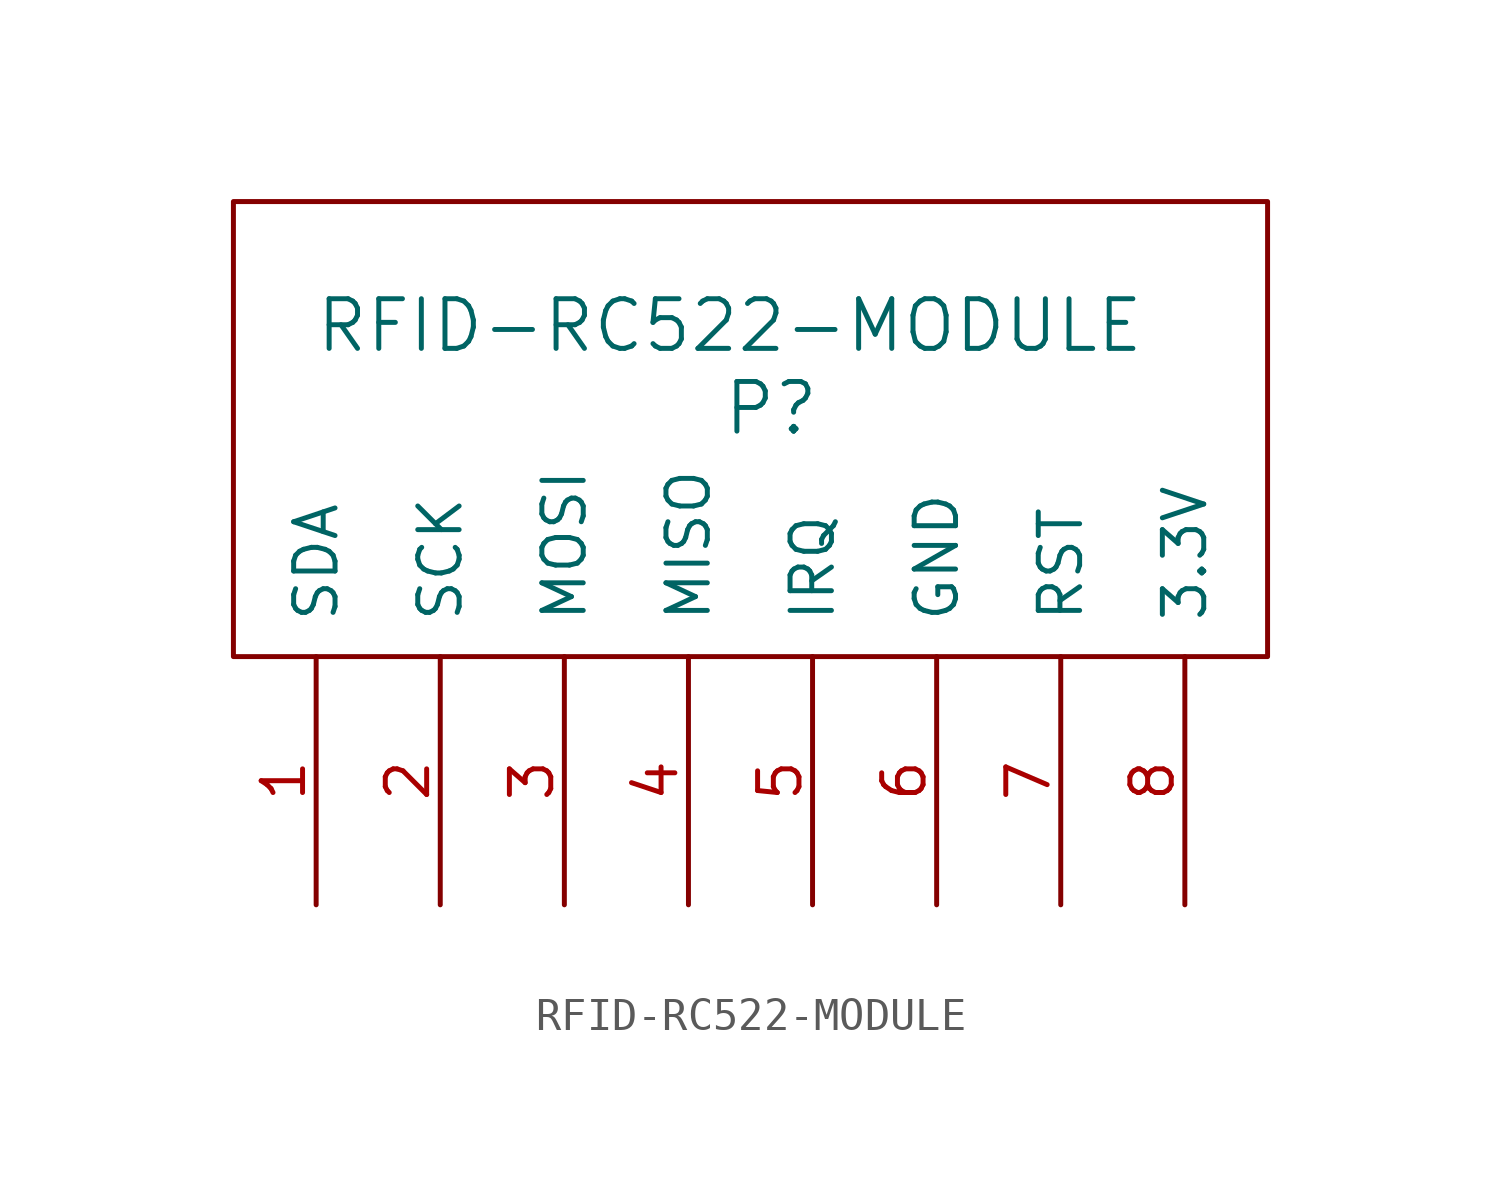
<source format=kicad_sym>
(kicad_symbol_lib
  (version 20211014)
  (generator kicad_symbol_editor)
  (symbol "RFID-RC522-MODULE"
    (pin_names
      (offset 1.016))
    (property "Reference" "P"
      (at 0 1.27 0)
      (effects (font (size 1.524 1.524))))
    (property "Value" "RFID-RC522-MODULE"
      (at -1.27 3.81 0)
      (effects (font (size 1.524 1.524))))
    (property "Footprint" ""
      (at 0 0 0)
      (effects (font (size 1.524 1.524))))
    (property "Datasheet" ""
      (at 0 0 0)
      (effects (font (size 1.524 1.524))))
    (symbol "RFID-RC522-MODULE_0_1"
      (rectangle (start -16.51 7.62) (end 15.24 -6.35) (stroke (width 0) (type default) (color 0 0 0 0)) (fill (type none))))
    (symbol "RFID-RC522-MODULE_1_1"
      (pin input line (at -13.97 -13.97 90) (length 7.62) (name "SDA" (effects (font (size 1.27 1.27)))) (number "1" (effects (font (size 1.27 1.27)))))
      (pin input line (at -10.16 -13.97 90) (length 7.62) (name "SCK" (effects (font (size 1.27 1.27)))) (number "2" (effects (font (size 1.27 1.27)))))
      (pin input line (at -6.35 -13.97 90) (length 7.62) (name "MOSI" (effects (font (size 1.27 1.27)))) (number "3" (effects (font (size 1.27 1.27)))))
      (pin input line (at -2.54 -13.97 90) (length 7.62) (name "MISO" (effects (font (size 1.27 1.27)))) (number "4" (effects (font (size 1.27 1.27)))))
      (pin input line (at 1.27 -13.97 90) (length 7.62) (name "IRQ" (effects (font (size 1.27 1.27)))) (number "5" (effects (font (size 1.27 1.27)))))
      (pin input line (at 5.08 -13.97 90) (length 7.62) (name "GND" (effects (font (size 1.27 1.27)))) (number "6" (effects (font (size 1.27 1.27)))))
      (pin input line (at 8.89 -13.97 90) (length 7.62) (name "RST" (effects (font (size 1.27 1.27)))) (number "7" (effects (font (size 1.27 1.27)))))
      (pin input line (at 12.7 -13.97 90) (length 7.62) (name "3.3V" (effects (font (size 1.27 1.27)))) (number "8" (effects (font (size 1.27 1.27))))))))
</source>
